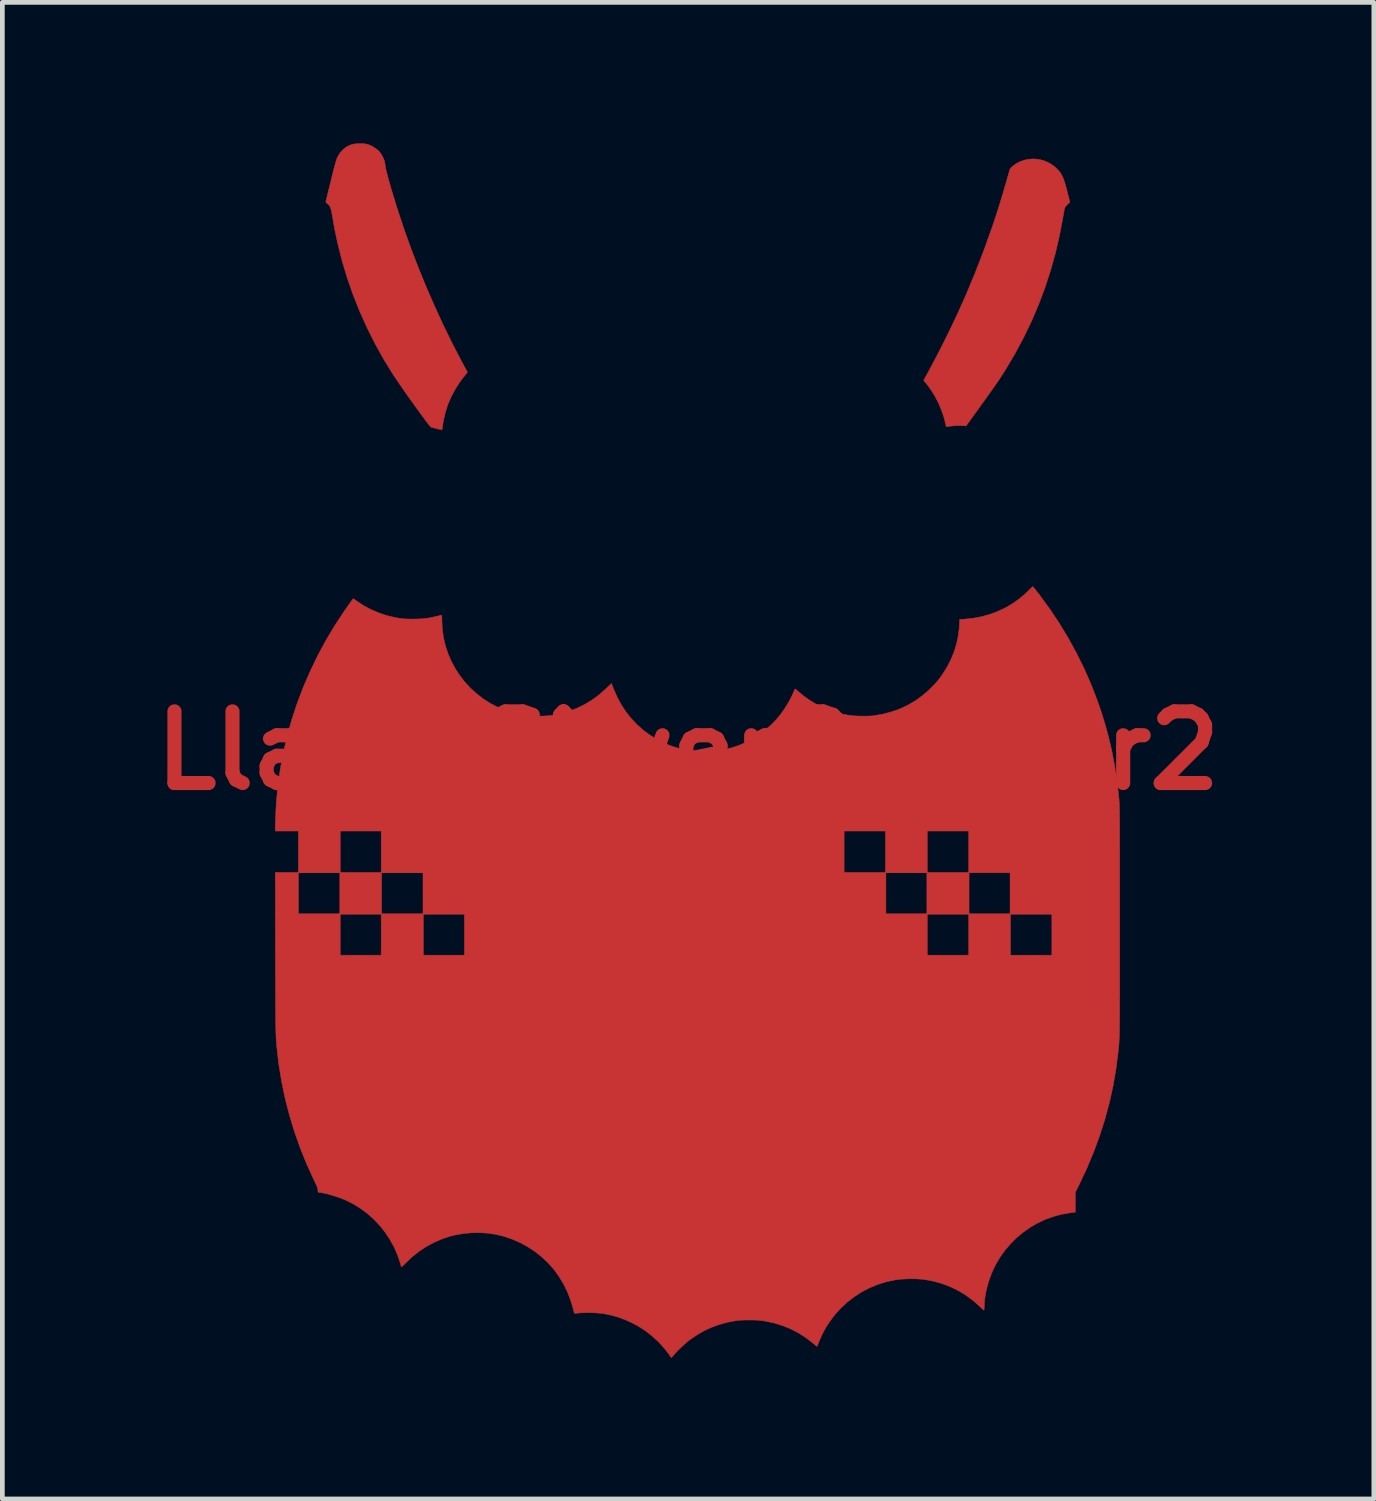
<source format=kicad_pcb>
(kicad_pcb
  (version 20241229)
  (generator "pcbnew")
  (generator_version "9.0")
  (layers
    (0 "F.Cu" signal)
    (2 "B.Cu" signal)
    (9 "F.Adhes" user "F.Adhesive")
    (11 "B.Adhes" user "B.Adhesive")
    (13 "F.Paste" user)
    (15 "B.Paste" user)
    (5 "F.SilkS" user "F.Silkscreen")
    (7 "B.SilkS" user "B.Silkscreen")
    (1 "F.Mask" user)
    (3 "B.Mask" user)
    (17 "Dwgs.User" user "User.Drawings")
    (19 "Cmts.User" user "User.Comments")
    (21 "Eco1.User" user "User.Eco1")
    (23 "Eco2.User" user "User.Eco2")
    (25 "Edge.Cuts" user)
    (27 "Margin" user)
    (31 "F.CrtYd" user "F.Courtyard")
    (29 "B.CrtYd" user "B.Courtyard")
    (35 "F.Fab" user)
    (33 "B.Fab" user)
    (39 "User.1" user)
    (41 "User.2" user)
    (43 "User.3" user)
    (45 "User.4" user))
  (footprint "LlamaSilverCopper2"
    (layer "F.Cu")
    (at 11.582 12.912)
    (property "Reference" "LlamaSilverCopper2" (at 0 0 0) (layer "F.Cu") (effects (font (size 1.524 1.524) (thickness 0.3))))
    (attr through_hole)
    (fp_poly (pts (xy 7.446 -12.575) (xy 7.545 -12.552) (xy 7.64 -12.516) (xy 7.73 -12.466) (xy 7.813 -12.402) (xy 7.828 -12.388) (xy 7.866 -12.349) (xy 7.899 -12.311) (xy 7.928 -12.27) (xy 7.953 -12.225) (xy 7.977 -12.174) (xy 7.999 -12.114) (xy 8.021 -12.043) (xy 8.044 -11.96) (xy 8.062 -11.889) (xy 8.119 -11.664) (xy 8.068 -11.615) (xy 8.042 -11.587) (xy 8.021 -11.559) (xy 8.009 -11.538) (xy 8.008 -11.536) (xy 8.004 -11.519) (xy 7.998 -11.488) (xy 7.99 -11.447) (xy 7.981 -11.397) (xy 7.972 -11.343) (xy 7.969 -11.325) (xy 7.896 -10.943) (xy 7.808 -10.566) (xy 7.704 -10.196) (xy 7.585 -9.831) (xy 7.449 -9.473) (xy 7.298 -9.12) (xy 7.13 -8.774) (xy 6.947 -8.433) (xy 6.752 -8.104) (xy 6.725 -8.061) (xy 6.699 -8.02) (xy 6.673 -7.98) (xy 6.647 -7.94) (xy 6.62 -7.898) (xy 6.59 -7.855) (xy 6.558 -7.808) (xy 6.522 -7.756) (xy 6.482 -7.699) (xy 6.437 -7.635) (xy 6.385 -7.563) (xy 6.328 -7.482) (xy 6.262 -7.391) (xy 6.189 -7.289) (xy 6.106 -7.174) (xy 6.085 -7.145) (xy 5.912 -6.905) (xy 5.836 -6.91) (xy 5.791 -6.911) (xy 5.735 -6.911) (xy 5.672 -6.908) (xy 5.608 -6.903) (xy 5.547 -6.896) (xy 5.523 -6.893) (xy 5.489 -6.888) (xy 5.473 -6.963) (xy 5.435 -7.107) (xy 5.384 -7.252) (xy 5.322 -7.397) (xy 5.25 -7.536) (xy 5.169 -7.666) (xy 5.083 -7.785) (xy 5.061 -7.811) (xy 5.009 -7.873) (xy 5.069 -7.981) (xy 5.244 -8.307) (xy 5.413 -8.635) (xy 5.575 -8.963) (xy 5.729 -9.287) (xy 5.871 -9.604) (xy 5.906 -9.683) (xy 6.107 -10.165) (xy 6.293 -10.646) (xy 6.465 -11.127) (xy 6.503 -11.24) (xy 6.544 -11.365) (xy 6.583 -11.485) (xy 6.621 -11.603) (xy 6.657 -11.721) (xy 6.694 -11.844) (xy 6.732 -11.973) (xy 6.772 -12.111) (xy 6.815 -12.263) (xy 6.827 -12.306) (xy 6.838 -12.344) (xy 6.849 -12.37) (xy 6.862 -12.389) (xy 6.879 -12.408) (xy 6.882 -12.41) (xy 6.964 -12.473) (xy 7.053 -12.522) (xy 7.148 -12.556) (xy 7.246 -12.577) (xy 7.346 -12.583) (xy 7.446 -12.575)) (stroke (width 0.01) (type solid)) (fill yes) (layer "F.Cu"))
    (fp_poly (pts (xy -6.926 -12.907) (xy -6.89 -12.905) (xy -6.861 -12.902) (xy -6.836 -12.897) (xy -6.808 -12.889) (xy -6.791 -12.883) (xy -6.723 -12.854) (xy -6.658 -12.815) (xy -6.599 -12.771) (xy -6.563 -12.735) (xy -6.534 -12.697) (xy -6.505 -12.648) (xy -6.479 -12.595) (xy -6.459 -12.545) (xy -6.451 -12.514) (xy -6.445 -12.481) (xy -6.439 -12.442) (xy -6.436 -12.416) (xy -6.431 -12.387) (xy -6.422 -12.342) (xy -6.407 -12.284) (xy -6.389 -12.215) (xy -6.367 -12.134) (xy -6.342 -12.045) (xy -6.314 -11.948) (xy -6.283 -11.845) (xy -6.25 -11.736) (xy -6.216 -11.625) (xy -6.18 -11.511) (xy -6.156 -11.437) (xy -6.027 -11.051) (xy -5.886 -10.659) (xy -5.734 -10.264) (xy -5.572 -9.869) (xy -5.402 -9.477) (xy -5.225 -9.091) (xy -5.042 -8.714) (xy -4.855 -8.35) (xy -4.767 -8.185) (xy -4.691 -8.045) (xy -4.72 -8.011) (xy -4.841 -7.857) (xy -4.945 -7.698) (xy -5.034 -7.533) (xy -5.107 -7.364) (xy -5.163 -7.189) (xy -5.204 -7.009) (xy -5.214 -6.945) (xy -5.22 -6.903) (xy -5.225 -6.868) (xy -5.229 -6.842) (xy -5.231 -6.829) (xy -5.231 -6.828) (xy -5.232 -6.825) (xy -5.238 -6.823) (xy -5.25 -6.825) (xy -5.272 -6.829) (xy -5.306 -6.837) (xy -5.345 -6.847) (xy -5.385 -6.857) (xy -5.42 -6.866) (xy -5.448 -6.873) (xy -5.461 -6.876) (xy -5.469 -6.882) (xy -5.485 -6.899) (xy -5.508 -6.925) (xy -5.538 -6.963) (xy -5.575 -7.012) (xy -5.62 -7.073) (xy -5.674 -7.145) (xy -5.736 -7.23) (xy -5.806 -7.328) (xy -5.885 -7.438) (xy -5.974 -7.562) (xy -6.04 -7.656) (xy -6.259 -7.977) (xy -6.462 -8.305) (xy -6.65 -8.641) (xy -6.822 -8.984) (xy -6.98 -9.334) (xy -7.122 -9.69) (xy -7.248 -10.051) (xy -7.358 -10.419) (xy -7.452 -10.791) (xy -7.512 -11.072) (xy -7.52 -11.118) (xy -7.531 -11.175) (xy -7.542 -11.239) (xy -7.553 -11.304) (xy -7.562 -11.357) (xy -7.574 -11.426) (xy -7.585 -11.481) (xy -7.597 -11.524) (xy -7.609 -11.557) (xy -7.622 -11.582) (xy -7.639 -11.603) (xy -7.66 -11.622) (xy -7.671 -11.63) (xy -7.693 -11.65) (xy -7.703 -11.666) (xy -7.704 -11.67) (xy -7.701 -11.681) (xy -7.695 -11.707) (xy -7.686 -11.745) (xy -7.673 -11.796) (xy -7.659 -11.857) (xy -7.642 -11.926) (xy -7.623 -12.002) (xy -7.603 -12.083) (xy -7.595 -12.116) (xy -7.571 -12.214) (xy -7.55 -12.297) (xy -7.532 -12.367) (xy -7.517 -12.425) (xy -7.504 -12.473) (xy -7.493 -12.513) (xy -7.483 -12.545) (xy -7.474 -12.572) (xy -7.466 -12.594) (xy -7.457 -12.615) (xy -7.451 -12.627) (xy -7.405 -12.705) (xy -7.347 -12.772) (xy -7.28 -12.827) (xy -7.241 -12.85) (xy -7.195 -12.872) (xy -7.154 -12.888) (xy -7.113 -12.898) (xy -7.068 -12.904) (xy -7.013 -12.907) (xy -6.975 -12.907) (xy -6.926 -12.907)) (stroke (width 0.01) (type solid)) (fill yes) (layer "F.Cu"))
    (fp_poly (pts (xy 7.333 -3.486) (xy 7.339 -3.48) (xy 7.348 -3.47) (xy 7.363 -3.452) (xy 7.383 -3.427) (xy 7.411 -3.391) (xy 7.447 -3.345) (xy 7.471 -3.314) (xy 7.688 -3.017) (xy 7.892 -2.711) (xy 8.083 -2.396) (xy 8.26 -2.073) (xy 8.423 -1.743) (xy 8.571 -1.407) (xy 8.702 -1.067) (xy 8.78 -0.842) (xy 8.868 -0.559) (xy 8.944 -0.279) (xy 9.01 0.003) (xy 9.065 0.288) (xy 9.111 0.581) (xy 9.149 0.885) (xy 9.164 1.033) (xy 9.165 1.05) (xy 9.167 1.067) (xy 9.168 1.086) (xy 9.169 1.107) (xy 9.17 1.131) (xy 9.171 1.157) (xy 9.172 1.187) (xy 9.173 1.222) (xy 9.174 1.261) (xy 9.175 1.306) (xy 9.175 1.358) (xy 9.176 1.416) (xy 9.176 1.481) (xy 9.177 1.555) (xy 9.177 1.637) (xy 9.178 1.728) (xy 9.178 1.83) (xy 9.178 1.941) (xy 9.178 2.064) (xy 9.179 2.199) (xy 9.179 2.346) (xy 9.179 2.506) (xy 9.179 2.68) (xy 9.179 2.868) (xy 9.179 3.07) (xy 9.179 3.288) (xy 9.179 3.522) (xy 9.179 3.627) (xy 9.179 3.868) (xy 9.179 4.092) (xy 9.179 4.301) (xy 9.179 4.495) (xy 9.179 4.675) (xy 9.179 4.841) (xy 9.179 4.994) (xy 9.179 5.135) (xy 9.178 5.263) (xy 9.178 5.381) (xy 9.178 5.488) (xy 9.177 5.586) (xy 9.177 5.674) (xy 9.176 5.754) (xy 9.175 5.826) (xy 9.174 5.891) (xy 9.173 5.949) (xy 9.172 6.001) (xy 9.171 6.048) (xy 9.17 6.091) (xy 9.168 6.129) (xy 9.166 6.164) (xy 9.165 6.197) (xy 9.163 6.227) (xy 9.16 6.256) (xy 9.158 6.284) (xy 9.155 6.312) (xy 9.152 6.341) (xy 9.149 6.371) (xy 9.146 6.403) (xy 9.145 6.416) (xy 9.099 6.773) (xy 9.038 7.13) (xy 8.959 7.485) (xy 8.864 7.838) (xy 8.753 8.188) (xy 8.625 8.535) (xy 8.482 8.877) (xy 8.336 9.189) (xy 8.235 9.394) (xy 8.235 9.814) (xy 8.122 9.829) (xy 7.943 9.86) (xy 7.768 9.907) (xy 7.598 9.969) (xy 7.434 10.046) (xy 7.278 10.136) (xy 7.129 10.24) (xy 6.989 10.356) (xy 6.86 10.483) (xy 6.742 10.621) (xy 6.635 10.77) (xy 6.542 10.928) (xy 6.513 10.985) (xy 6.454 11.116) (xy 6.403 11.254) (xy 6.361 11.394) (xy 6.329 11.534) (xy 6.308 11.671) (xy 6.298 11.8) (xy 6.297 11.841) (xy 6.296 11.87) (xy 6.294 11.891) (xy 6.292 11.9) (xy 6.292 11.9) (xy 6.284 11.895) (xy 6.266 11.879) (xy 6.242 11.857) (xy 6.212 11.829) (xy 6.205 11.822) (xy 6.062 11.695) (xy 5.91 11.583) (xy 5.751 11.486) (xy 5.584 11.404) (xy 5.411 11.337) (xy 5.231 11.286) (xy 5.045 11.25) (xy 4.994 11.244) (xy 4.92 11.237) (xy 4.835 11.233) (xy 4.745 11.232) (xy 4.652 11.234) (xy 4.562 11.238) (xy 4.478 11.245) (xy 4.407 11.254) (xy 4.394 11.257) (xy 4.206 11.298) (xy 4.025 11.355) (xy 3.852 11.427) (xy 3.687 11.514) (xy 3.531 11.615) (xy 3.384 11.729) (xy 3.247 11.857) (xy 3.12 11.997) (xy 3.005 12.151) (xy 2.975 12.196) (xy 2.933 12.263) (xy 2.891 12.338) (xy 2.85 12.418) (xy 2.814 12.496) (xy 2.784 12.567) (xy 2.776 12.588) (xy 2.763 12.622) (xy 2.753 12.649) (xy 2.745 12.666) (xy 2.742 12.67) (xy 2.735 12.665) (xy 2.717 12.651) (xy 2.691 12.63) (xy 2.664 12.607) (xy 2.515 12.491) (xy 2.36 12.391) (xy 2.198 12.305) (xy 2.027 12.234) (xy 1.849 12.177) (xy 1.661 12.135) (xy 1.562 12.119) (xy 1.52 12.114) (xy 1.465 12.111) (xy 1.401 12.109) (xy 1.332 12.108) (xy 1.261 12.108) (xy 1.192 12.109) (xy 1.128 12.112) (xy 1.075 12.115) (xy 1.037 12.119) (xy 0.85 12.154) (xy 0.674 12.201) (xy 0.507 12.261) (xy 0.346 12.334) (xy 0.191 12.423) (xy 0.039 12.527) (xy 0.013 12.546) (xy -0.025 12.577) (xy -0.07 12.617) (xy -0.12 12.663) (xy -0.171 12.711) (xy -0.22 12.76) (xy -0.263 12.805) (xy -0.297 12.843) (xy -0.307 12.854) (xy -0.327 12.879) (xy -0.344 12.897) (xy -0.354 12.907) (xy -0.355 12.907) (xy -0.362 12.901) (xy -0.374 12.884) (xy -0.385 12.867) (xy -0.415 12.823) (xy -0.455 12.772) (xy -0.501 12.715) (xy -0.551 12.658) (xy -0.601 12.602) (xy -0.634 12.568) (xy -0.768 12.445) (xy -0.909 12.336) (xy -1.059 12.239) (xy -1.185 12.172) (xy -1.329 12.106) (xy -1.47 12.053) (xy -1.614 12.011) (xy -1.767 11.978) (xy -1.782 11.976) (xy -1.844 11.967) (xy -1.92 11.96) (xy -2.002 11.955) (xy -2.087 11.952) (xy -2.171 11.952) (xy -2.248 11.954) (xy -2.313 11.958) (xy -2.319 11.959) (xy -2.357 11.963) (xy -2.389 11.965) (xy -2.41 11.966) (xy -2.417 11.966) (xy -2.421 11.956) (xy -2.427 11.934) (xy -2.435 11.902) (xy -2.445 11.863) (xy -2.446 11.861) (xy -2.497 11.687) (xy -2.564 11.515) (xy -2.645 11.349) (xy -2.739 11.191) (xy -2.845 11.043) (xy -2.861 11.023) (xy -2.981 10.889) (xy -3.113 10.765) (xy -3.256 10.652) (xy -3.408 10.552) (xy -3.569 10.464) (xy -3.737 10.39) (xy -3.909 10.331) (xy -4.085 10.288) (xy -4.105 10.284) (xy -4.269 10.261) (xy -4.439 10.251) (xy -4.611 10.254) (xy -4.781 10.27) (xy -4.946 10.298) (xy -5.053 10.325) (xy -5.233 10.384) (xy -5.406 10.459) (xy -5.57 10.548) (xy -5.726 10.651) (xy -5.872 10.768) (xy -6.008 10.898) (xy -6.009 10.899) (xy -6.042 10.932) (xy -6.069 10.958) (xy -6.088 10.973) (xy -6.097 10.977) (xy -6.097 10.976) (xy -6.101 10.963) (xy -6.109 10.938) (xy -6.117 10.907) (xy -6.119 10.901) (xy -6.178 10.726) (xy -6.251 10.558) (xy -6.34 10.397) (xy -6.441 10.244) (xy -6.555 10.1) (xy -6.681 9.967) (xy -6.818 9.845) (xy -6.966 9.735) (xy -7.122 9.638) (xy -7.275 9.562) (xy -7.333 9.537) (xy -7.4 9.512) (xy -7.471 9.487) (xy -7.544 9.464) (xy -7.617 9.442) (xy -7.685 9.424) (xy -7.748 9.41) (xy -7.8 9.4) (xy -7.841 9.395) (xy -7.849 9.395) (xy -7.862 9.394) (xy -7.869 9.388) (xy -7.871 9.372) (xy -7.871 9.35) (xy -7.872 9.333) (xy -7.875 9.315) (xy -7.881 9.295) (xy -7.891 9.269) (xy -7.906 9.235) (xy -7.927 9.19) (xy -7.951 9.14) (xy -8.106 8.801) (xy -8.246 8.456) (xy -8.369 8.107) (xy -8.477 7.754) (xy -8.568 7.399) (xy -8.643 7.04) (xy -8.702 6.68) (xy -8.73 6.447) (xy -8.735 6.404) (xy -8.739 6.364) (xy -8.743 6.326) (xy -8.747 6.291) (xy -8.75 6.256) (xy -8.753 6.221) (xy -8.756 6.186) (xy -8.758 6.149) (xy -8.761 6.11) (xy -8.762 6.068) (xy -8.764 6.022) (xy -8.766 5.971) (xy -8.767 5.914) (xy -8.768 5.851) (xy -8.769 5.781) (xy -8.77 5.703) (xy -8.771 5.616) (xy -8.771 5.52) (xy -8.772 5.413) (xy -8.772 5.294) (xy -8.773 5.164) (xy -8.773 5.021) (xy -8.773 4.864) (xy -8.774 4.693) (xy -8.774 4.506) (xy -8.775 4.306) (xy -8.776 3.479) (xy -7.397 3.479) (xy -7.397 4.35) (xy -6.526 4.35) (xy -6.526 3.479) (xy -5.628 3.479) (xy -5.628 4.35) (xy -4.757 4.35) (xy -4.757 3.479) (xy 5.087 3.479) (xy 5.087 4.35) (xy 5.967 4.35) (xy 5.967 3.479) (xy 6.856 3.479) (xy 6.856 4.35) (xy 7.736 4.35) (xy 7.736 3.479) (xy 6.856 3.479) (xy 5.967 3.479) (xy 5.087 3.479) (xy -4.757 3.479) (xy -5.628 3.479) (xy -6.526 3.479) (xy -7.397 3.479) (xy -8.776 3.479) (xy -8.778 2.598) (xy -8.286 2.598) (xy -8.286 3.47) (xy -7.406 3.47) (xy -7.406 2.598) (xy -6.517 2.598) (xy -6.517 3.47) (xy -5.637 3.47) (xy -5.637 2.598) (xy 4.207 2.598) (xy 4.207 3.47) (xy 5.078 3.47) (xy 5.078 2.598) (xy 5.975 2.598) (xy 5.975 3.47) (xy 6.847 3.47) (xy 6.847 2.598) (xy 5.975 2.598) (xy 5.078 2.598) (xy 4.207 2.598) (xy -5.637 2.598) (xy -6.517 2.598) (xy -7.406 2.598) (xy -8.286 2.598) (xy -8.778 2.598) (xy -8.778 2.59) (xy -8.286 2.59) (xy -8.286 1.71) (xy -7.397 1.71) (xy -7.397 2.59) (xy -6.526 2.59) (xy -6.526 1.71) (xy 3.318 1.71) (xy 3.318 2.59) (xy 4.198 2.59) (xy 4.198 1.71) (xy 5.087 1.71) (xy 5.087 2.59) (xy 5.967 2.59) (xy 5.967 1.71) (xy 5.087 1.71) (xy 4.198 1.71) (xy 3.318 1.71) (xy -6.526 1.71) (xy -7.397 1.71) (xy -8.286 1.71) (xy -8.78 1.71) (xy -8.774 1.483) (xy -8.758 1.123) (xy -8.724 0.763) (xy -8.674 0.405) (xy -8.608 0.049) (xy -8.526 -0.305) (xy -8.428 -0.655) (xy -8.314 -1.001) (xy -8.185 -1.343) (xy -8.04 -1.679) (xy -7.881 -2.01) (xy -7.707 -2.334) (xy -7.518 -2.651) (xy -7.315 -2.96) (xy -7.224 -3.09) (xy -7.194 -3.132) (xy -7.167 -3.17) (xy -7.145 -3.2) (xy -7.13 -3.221) (xy -7.122 -3.231) (xy -7.122 -3.232) (xy -7.115 -3.228) (xy -7.097 -3.217) (xy -7.072 -3.199) (xy -7.056 -3.187) (xy -6.909 -3.089) (xy -6.752 -3.004) (xy -6.586 -2.932) (xy -6.412 -2.874) (xy -6.231 -2.83) (xy -6.102 -2.809) (xy -6.05 -2.803) (xy -5.985 -2.8) (xy -5.911 -2.798) (xy -5.833 -2.798) (xy -5.755 -2.799) (xy -5.682 -2.802) (xy -5.616 -2.807) (xy -5.563 -2.813) (xy -5.561 -2.813) (xy -5.523 -2.819) (xy -5.478 -2.828) (xy -5.428 -2.838) (xy -5.378 -2.849) (xy -5.33 -2.86) (xy -5.289 -2.87) (xy -5.258 -2.878) (xy -5.245 -2.882) (xy -5.241 -2.88) (xy -5.238 -2.867) (xy -5.236 -2.842) (xy -5.235 -2.803) (xy -5.234 -2.75) (xy -5.234 -2.744) (xy -5.225 -2.567) (xy -5.199 -2.393) (xy -5.158 -2.222) (xy -5.103 -2.056) (xy -5.033 -1.896) (xy -4.95 -1.742) (xy -4.854 -1.596) (xy -4.747 -1.458) (xy -4.628 -1.329) (xy -4.498 -1.211) (xy -4.359 -1.103) (xy -4.211 -1.008) (xy -4.053 -0.926) (xy -3.889 -0.857) (xy -3.755 -0.813) (xy -3.681 -0.793) (xy -3.615 -0.777) (xy -3.548 -0.764) (xy -3.474 -0.752) (xy -3.449 -0.748) (xy -3.387 -0.741) (xy -3.312 -0.736) (xy -3.231 -0.734) (xy -3.147 -0.734) (xy -3.065 -0.736) (xy -2.989 -0.74) (xy -2.924 -0.746) (xy -2.909 -0.748) (xy -2.719 -0.784) (xy -2.537 -0.835) (xy -2.363 -0.901) (xy -2.198 -0.982) (xy -2.04 -1.078) (xy -1.891 -1.188) (xy -1.75 -1.313) (xy -1.736 -1.327) (xy -1.702 -1.36) (xy -1.672 -1.389) (xy -1.649 -1.411) (xy -1.633 -1.425) (xy -1.629 -1.428) (xy -1.625 -1.42) (xy -1.617 -1.399) (xy -1.605 -1.368) (xy -1.59 -1.329) (xy -1.584 -1.313) (xy -1.509 -1.141) (xy -1.422 -0.978) (xy -1.322 -0.826) (xy -1.21 -0.685) (xy -1.087 -0.554) (xy -0.954 -0.436) (xy -0.811 -0.33) (xy -0.66 -0.236) (xy -0.502 -0.156) (xy -0.336 -0.09) (xy -0.164 -0.039) (xy 0.013 -0.002) (xy 0.195 0.019) (xy 0.381 0.024) (xy 0.415 0.023) (xy 0.602 0.008) (xy 0.783 -0.022) (xy 0.96 -0.069) (xy 1.131 -0.131) (xy 1.297 -0.21) (xy 1.456 -0.304) (xy 1.61 -0.414) (xy 1.757 -0.539) (xy 1.775 -0.556) (xy 1.873 -0.657) (xy 1.967 -0.771) (xy 2.056 -0.896) (xy 2.137 -1.028) (xy 2.207 -1.162) (xy 2.252 -1.263) (xy 2.263 -1.289) (xy 2.272 -1.306) (xy 2.277 -1.312) (xy 2.285 -1.307) (xy 2.303 -1.292) (xy 2.328 -1.271) (xy 2.354 -1.248) (xy 2.457 -1.163) (xy 2.572 -1.081) (xy 2.693 -1.005) (xy 2.817 -0.939) (xy 2.903 -0.899) (xy 3.038 -0.846) (xy 3.175 -0.804) (xy 3.32 -0.77) (xy 3.441 -0.748) (xy 3.489 -0.743) (xy 3.55 -0.738) (xy 3.619 -0.735) (xy 3.693 -0.734) (xy 3.767 -0.734) (xy 3.838 -0.735) (xy 3.9 -0.738) (xy 3.951 -0.742) (xy 3.961 -0.744) (xy 4.154 -0.779) (xy 4.337 -0.828) (xy 4.512 -0.891) (xy 4.678 -0.969) (xy 4.835 -1.062) (xy 4.984 -1.169) (xy 5.124 -1.291) (xy 5.164 -1.329) (xy 5.223 -1.389) (xy 5.272 -1.443) (xy 5.317 -1.495) (xy 5.36 -1.551) (xy 5.406 -1.615) (xy 5.418 -1.634) (xy 5.513 -1.786) (xy 5.594 -1.946) (xy 5.661 -2.112) (xy 5.712 -2.283) (xy 5.748 -2.455) (xy 5.768 -2.629) (xy 5.77 -2.671) (xy 5.775 -2.791) (xy 5.877 -2.796) (xy 6.064 -2.815) (xy 6.247 -2.85) (xy 6.425 -2.9) (xy 6.597 -2.965) (xy 6.761 -3.044) (xy 6.918 -3.138) (xy 7.066 -3.245) (xy 7.204 -3.366) (xy 7.257 -3.418) (xy 7.284 -3.446) (xy 7.307 -3.468) (xy 7.323 -3.483) (xy 7.329 -3.487) (xy 7.333 -3.486)) (stroke (width 0.01) (type solid)) (fill yes) (layer "F.Cu")))
  (gr_rect
    (start -3 -3)
    (end 26.165 28.825)
    (stroke (width 0.1) (type default))
    (fill no)
    (layer "Edge.Cuts")))
</source>
